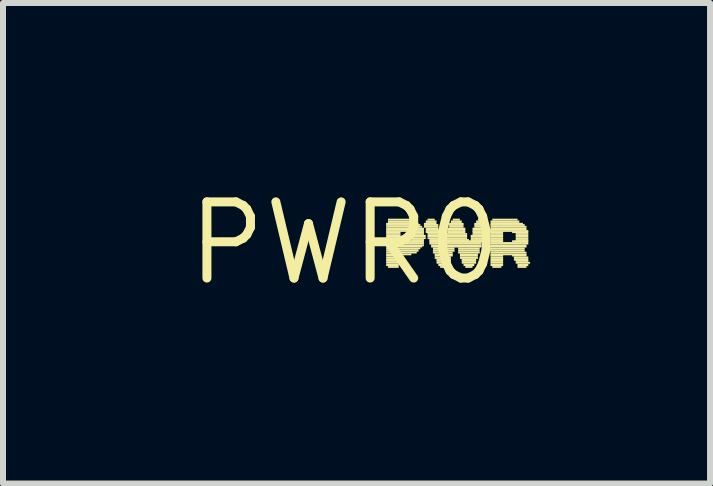
<source format=kicad_pcb>
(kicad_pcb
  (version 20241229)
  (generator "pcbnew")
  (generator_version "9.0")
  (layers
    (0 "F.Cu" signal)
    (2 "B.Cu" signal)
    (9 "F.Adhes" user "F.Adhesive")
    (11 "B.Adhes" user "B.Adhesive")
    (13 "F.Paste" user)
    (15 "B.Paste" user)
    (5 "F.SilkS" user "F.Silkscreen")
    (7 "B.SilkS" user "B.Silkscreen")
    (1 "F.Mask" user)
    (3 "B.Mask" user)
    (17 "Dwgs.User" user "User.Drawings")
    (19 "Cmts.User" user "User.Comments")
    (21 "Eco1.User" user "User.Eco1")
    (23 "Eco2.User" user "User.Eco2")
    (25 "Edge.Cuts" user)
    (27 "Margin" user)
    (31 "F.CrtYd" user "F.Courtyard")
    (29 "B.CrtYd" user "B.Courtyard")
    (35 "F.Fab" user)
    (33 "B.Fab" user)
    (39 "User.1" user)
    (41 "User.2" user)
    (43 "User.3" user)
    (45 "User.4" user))
  (footprint "PWR0"
    (layer "F.Cu")
    (at 2.698 1.006)
    (property "Reference" "PWR0" (at 0 0 0) (layer "F.SilkS") (effects (font (size 1.27 1.27) (thickness 0.15))))
    (attr through_hole)
    (fp_poly (pts (xy 0.69 -0.31) (xy 1.23 -0.31) (xy 1.23 -0.34) (xy 0.69 -0.34)) (stroke (width 0) (type solid)) (fill yes) (layer "F.SilkS"))
    (fp_poly (pts (xy 0.69 -0.29) (xy 1.26 -0.29) (xy 1.26 -0.32) (xy 0.69 -0.32)) (stroke (width 0) (type solid)) (fill yes) (layer "F.SilkS"))
    (fp_poly (pts (xy 0.69 -0.26) (xy 1.29 -0.26) (xy 1.29 -0.29) (xy 0.69 -0.29)) (stroke (width 0) (type solid)) (fill yes) (layer "F.SilkS"))
    (fp_poly (pts (xy 0.69 -0.22) (xy 1.32 -0.22) (xy 1.32 -0.26) (xy 0.69 -0.26)) (stroke (width 0) (type solid)) (fill yes) (layer "F.SilkS"))
    (fp_poly (pts (xy 0.69 -0.19) (xy 1.32 -0.19) (xy 1.32 -0.22) (xy 0.69 -0.22)) (stroke (width 0) (type solid)) (fill yes) (layer "F.SilkS"))
    (fp_poly (pts (xy 0.69 -0.17) (xy 0.93 -0.17) (xy 0.93 -0.2) (xy 0.69 -0.2)) (stroke (width 0) (type solid)) (fill yes) (layer "F.SilkS"))
    (fp_poly (pts (xy 0.69 -0.14) (xy 0.93 -0.14) (xy 0.93 -0.17) (xy 0.69 -0.17)) (stroke (width 0) (type solid)) (fill yes) (layer "F.SilkS"))
    (fp_poly (pts (xy 0.69 -0.1) (xy 0.93 -0.1) (xy 0.93 -0.14) (xy 0.69 -0.14)) (stroke (width 0) (type solid)) (fill yes) (layer "F.SilkS"))
    (fp_poly (pts (xy 0.69 -0.07) (xy 0.93 -0.07) (xy 0.93 -0.1) (xy 0.69 -0.1)) (stroke (width 0) (type solid)) (fill yes) (layer "F.SilkS"))
    (fp_poly (pts (xy 0.69 -0.04) (xy 0.93 -0.04) (xy 0.93 -0.07) (xy 0.69 -0.07)) (stroke (width 0) (type solid)) (fill yes) (layer "F.SilkS"))
    (fp_poly (pts (xy 0.69 -0.02) (xy 0.93 -0.02) (xy 0.93 -0.05) (xy 0.69 -0.05)) (stroke (width 0) (type solid)) (fill yes) (layer "F.SilkS"))
    (fp_poly (pts (xy 0.69 0.02) (xy 1.32 0.02) (xy 1.32 -0.02) (xy 0.69 -0.02)) (stroke (width 0) (type solid)) (fill yes) (layer "F.SilkS"))
    (fp_poly (pts (xy 0.69 0.05) (xy 1.32 0.05) (xy 1.32 0.02) (xy 0.69 0.02)) (stroke (width 0) (type solid)) (fill yes) (layer "F.SilkS"))
    (fp_poly (pts (xy 0.69 0.07) (xy 1.29 0.07) (xy 1.29 0.04) (xy 0.69 0.04)) (stroke (width 0) (type solid)) (fill yes) (layer "F.SilkS"))
    (fp_poly (pts (xy 0.69 0.1) (xy 1.26 0.1) (xy 1.26 0.07) (xy 0.69 0.07)) (stroke (width 0) (type solid)) (fill yes) (layer "F.SilkS"))
    (fp_poly (pts (xy 0.69 0.14) (xy 1.23 0.14) (xy 1.23 0.1) (xy 0.69 0.1)) (stroke (width 0) (type solid)) (fill yes) (layer "F.SilkS"))
    (fp_poly (pts (xy 0.69 0.17) (xy 1.2 0.17) (xy 1.2 0.14) (xy 0.69 0.14)) (stroke (width 0) (type solid)) (fill yes) (layer "F.SilkS"))
    (fp_poly (pts (xy 0.69 0.2) (xy 1.11 0.2) (xy 1.11 0.17) (xy 0.69 0.17)) (stroke (width 0) (type solid)) (fill yes) (layer "F.SilkS"))
    (fp_poly (pts (xy 0.69 0.22) (xy 0.93 0.22) (xy 0.93 0.19) (xy 0.69 0.19)) (stroke (width 0) (type solid)) (fill yes) (layer "F.SilkS"))
    (fp_poly (pts (xy 0.69 0.26) (xy 0.93 0.26) (xy 0.93 0.22) (xy 0.69 0.22)) (stroke (width 0) (type solid)) (fill yes) (layer "F.SilkS"))
    (fp_poly (pts (xy 0.69 0.29) (xy 0.93 0.29) (xy 0.93 0.26) (xy 0.69 0.26)) (stroke (width 0) (type solid)) (fill yes) (layer "F.SilkS"))
    (fp_poly (pts (xy 0.69 0.31) (xy 0.93 0.31) (xy 0.93 0.28) (xy 0.69 0.28)) (stroke (width 0) (type solid)) (fill yes) (layer "F.SilkS"))
    (fp_poly (pts (xy 0.69 0.34) (xy 0.9 0.34) (xy 0.9 0.31) (xy 0.69 0.31)) (stroke (width 0) (type solid)) (fill yes) (layer "F.SilkS"))
    (fp_poly (pts (xy 0.69 0.38) (xy 0.9 0.38) (xy 0.9 0.34) (xy 0.69 0.34)) (stroke (width 0) (type solid)) (fill yes) (layer "F.SilkS"))
    (fp_poly (pts (xy 0.72 -0.38) (xy 1.14 -0.38) (xy 1.14 -0.41) (xy 0.72 -0.41)) (stroke (width 0) (type solid)) (fill yes) (layer "F.SilkS"))
    (fp_poly (pts (xy 0.72 -0.34) (xy 1.2 -0.34) (xy 1.2 -0.38) (xy 0.72 -0.38)) (stroke (width 0) (type solid)) (fill yes) (layer "F.SilkS"))
    (fp_poly (pts (xy 0.72 0.41) (xy 0.9 0.41) (xy 0.9 0.38) (xy 0.72 0.38)) (stroke (width 0) (type solid)) (fill yes) (layer "F.SilkS"))
    (fp_poly (pts (xy 1.05 -0.17) (xy 1.32 -0.17) (xy 1.32 -0.2) (xy 1.05 -0.2)) (stroke (width 0) (type solid)) (fill yes) (layer "F.SilkS"))
    (fp_poly (pts (xy 1.05 -0.02) (xy 1.32 -0.02) (xy 1.32 -0.05) (xy 1.05 -0.05)) (stroke (width 0) (type solid)) (fill yes) (layer "F.SilkS"))
    (fp_poly (pts (xy 1.11 -0.14) (xy 1.32 -0.14) (xy 1.32 -0.17) (xy 1.11 -0.17)) (stroke (width 0) (type solid)) (fill yes) (layer "F.SilkS"))
    (fp_poly (pts (xy 1.11 -0.1) (xy 1.35 -0.1) (xy 1.35 -0.14) (xy 1.11 -0.14)) (stroke (width 0) (type solid)) (fill yes) (layer "F.SilkS"))
    (fp_poly (pts (xy 1.11 -0.07) (xy 1.35 -0.07) (xy 1.35 -0.1) (xy 1.11 -0.1)) (stroke (width 0) (type solid)) (fill yes) (layer "F.SilkS"))
    (fp_poly (pts (xy 1.11 -0.04) (xy 1.32 -0.04) (xy 1.32 -0.07) (xy 1.11 -0.07)) (stroke (width 0) (type solid)) (fill yes) (layer "F.SilkS"))
    (fp_poly (pts (xy 1.32 -0.31) (xy 1.53 -0.31) (xy 1.53 -0.34) (xy 1.32 -0.34)) (stroke (width 0) (type solid)) (fill yes) (layer "F.SilkS"))
    (fp_poly (pts (xy 1.32 -0.29) (xy 1.56 -0.29) (xy 1.56 -0.32) (xy 1.32 -0.32)) (stroke (width 0) (type solid)) (fill yes) (layer "F.SilkS"))
    (fp_poly (pts (xy 1.32 -0.26) (xy 1.56 -0.26) (xy 1.56 -0.29) (xy 1.32 -0.29)) (stroke (width 0) (type solid)) (fill yes) (layer "F.SilkS"))
    (fp_poly (pts (xy 1.35 -0.34) (xy 1.53 -0.34) (xy 1.53 -0.38) (xy 1.35 -0.38)) (stroke (width 0) (type solid)) (fill yes) (layer "F.SilkS"))
    (fp_poly (pts (xy 1.35 -0.22) (xy 1.56 -0.22) (xy 1.56 -0.26) (xy 1.35 -0.26)) (stroke (width 0) (type solid)) (fill yes) (layer "F.SilkS"))
    (fp_poly (pts (xy 1.35 -0.19) (xy 1.59 -0.19) (xy 1.59 -0.22) (xy 1.35 -0.22)) (stroke (width 0) (type solid)) (fill yes) (layer "F.SilkS"))
    (fp_poly (pts (xy 1.35 -0.17) (xy 1.59 -0.17) (xy 1.59 -0.2) (xy 1.35 -0.2)) (stroke (width 0) (type solid)) (fill yes) (layer "F.SilkS"))
    (fp_poly (pts (xy 1.38 -0.38) (xy 1.5 -0.38) (xy 1.5 -0.41) (xy 1.38 -0.41)) (stroke (width 0) (type solid)) (fill yes) (layer "F.SilkS"))
    (fp_poly (pts (xy 1.38 -0.14) (xy 1.59 -0.14) (xy 1.59 -0.17) (xy 1.38 -0.17)) (stroke (width 0) (type solid)) (fill yes) (layer "F.SilkS"))
    (fp_poly (pts (xy 1.38 -0.1) (xy 1.62 -0.1) (xy 1.62 -0.14) (xy 1.38 -0.14)) (stroke (width 0) (type solid)) (fill yes) (layer "F.SilkS"))
    (fp_poly (pts (xy 1.38 -0.07) (xy 1.62 -0.07) (xy 1.62 -0.1) (xy 1.38 -0.1)) (stroke (width 0) (type solid)) (fill yes) (layer "F.SilkS"))
    (fp_poly (pts (xy 1.41 -0.04) (xy 1.62 -0.04) (xy 1.62 -0.07) (xy 1.41 -0.07)) (stroke (width 0) (type solid)) (fill yes) (layer "F.SilkS"))
    (fp_poly (pts (xy 1.41 -0.02) (xy 2.31 -0.02) (xy 2.31 -0.05) (xy 1.41 -0.05)) (stroke (width 0) (type solid)) (fill yes) (layer "F.SilkS"))
    (fp_poly (pts (xy 1.41 0.02) (xy 2.28 0.02) (xy 2.28 -0.02) (xy 1.41 -0.02)) (stroke (width 0) (type solid)) (fill yes) (layer "F.SilkS"))
    (fp_poly (pts (xy 1.44 0.05) (xy 2.28 0.05) (xy 2.28 0.02) (xy 1.44 0.02)) (stroke (width 0) (type solid)) (fill yes) (layer "F.SilkS"))
    (fp_poly (pts (xy 1.44 0.07) (xy 2.28 0.07) (xy 2.28 0.04) (xy 1.44 0.04)) (stroke (width 0) (type solid)) (fill yes) (layer "F.SilkS"))
    (fp_poly (pts (xy 1.47 0.1) (xy 1.83 0.1) (xy 1.83 0.07) (xy 1.47 0.07)) (stroke (width 0) (type solid)) (fill yes) (layer "F.SilkS"))
    (fp_poly (pts (xy 1.47 0.14) (xy 1.83 0.14) (xy 1.83 0.1) (xy 1.47 0.1)) (stroke (width 0) (type solid)) (fill yes) (layer "F.SilkS"))
    (fp_poly (pts (xy 1.47 0.17) (xy 1.8 0.17) (xy 1.8 0.14) (xy 1.47 0.14)) (stroke (width 0) (type solid)) (fill yes) (layer "F.SilkS"))
    (fp_poly (pts (xy 1.5 0.2) (xy 1.8 0.2) (xy 1.8 0.17) (xy 1.5 0.17)) (stroke (width 0) (type solid)) (fill yes) (layer "F.SilkS"))
    (fp_poly (pts (xy 1.5 0.22) (xy 1.8 0.22) (xy 1.8 0.19) (xy 1.5 0.19)) (stroke (width 0) (type solid)) (fill yes) (layer "F.SilkS"))
    (fp_poly (pts (xy 1.5 0.26) (xy 1.77 0.26) (xy 1.77 0.22) (xy 1.5 0.22)) (stroke (width 0) (type solid)) (fill yes) (layer "F.SilkS"))
    (fp_poly (pts (xy 1.53 0.29) (xy 1.77 0.29) (xy 1.77 0.26) (xy 1.53 0.26)) (stroke (width 0) (type solid)) (fill yes) (layer "F.SilkS"))
    (fp_poly (pts (xy 1.53 0.31) (xy 1.77 0.31) (xy 1.77 0.28) (xy 1.53 0.28)) (stroke (width 0) (type solid)) (fill yes) (layer "F.SilkS"))
    (fp_poly (pts (xy 1.53 0.34) (xy 1.74 0.34) (xy 1.74 0.31) (xy 1.53 0.31)) (stroke (width 0) (type solid)) (fill yes) (layer "F.SilkS"))
    (fp_poly (pts (xy 1.56 0.38) (xy 1.74 0.38) (xy 1.74 0.34) (xy 1.56 0.34)) (stroke (width 0) (type solid)) (fill yes) (layer "F.SilkS"))
    (fp_poly (pts (xy 1.59 0.41) (xy 1.71 0.41) (xy 1.71 0.38) (xy 1.59 0.38)) (stroke (width 0) (type solid)) (fill yes) (layer "F.SilkS"))
    (fp_poly (pts (xy 1.65 -0.04) (xy 2.07 -0.04) (xy 2.07 -0.07) (xy 1.65 -0.07)) (stroke (width 0) (type solid)) (fill yes) (layer "F.SilkS"))
    (fp_poly (pts (xy 1.68 -0.14) (xy 2.04 -0.14) (xy 2.04 -0.17) (xy 1.68 -0.17)) (stroke (width 0) (type solid)) (fill yes) (layer "F.SilkS"))
    (fp_poly (pts (xy 1.68 -0.1) (xy 2.04 -0.1) (xy 2.04 -0.14) (xy 1.68 -0.14)) (stroke (width 0) (type solid)) (fill yes) (layer "F.SilkS"))
    (fp_poly (pts (xy 1.68 -0.07) (xy 2.04 -0.07) (xy 2.04 -0.1) (xy 1.68 -0.1)) (stroke (width 0) (type solid)) (fill yes) (layer "F.SilkS"))
    (fp_poly (pts (xy 1.71 -0.22) (xy 2.01 -0.22) (xy 2.01 -0.26) (xy 1.71 -0.26)) (stroke (width 0) (type solid)) (fill yes) (layer "F.SilkS"))
    (fp_poly (pts (xy 1.71 -0.19) (xy 2.01 -0.19) (xy 2.01 -0.22) (xy 1.71 -0.22)) (stroke (width 0) (type solid)) (fill yes) (layer "F.SilkS"))
    (fp_poly (pts (xy 1.71 -0.17) (xy 2.01 -0.17) (xy 2.01 -0.2) (xy 1.71 -0.2)) (stroke (width 0) (type solid)) (fill yes) (layer "F.SilkS"))
    (fp_poly (pts (xy 1.74 -0.31) (xy 1.98 -0.31) (xy 1.98 -0.34) (xy 1.74 -0.34)) (stroke (width 0) (type solid)) (fill yes) (layer "F.SilkS"))
    (fp_poly (pts (xy 1.74 -0.29) (xy 1.98 -0.29) (xy 1.98 -0.32) (xy 1.74 -0.32)) (stroke (width 0) (type solid)) (fill yes) (layer "F.SilkS"))
    (fp_poly (pts (xy 1.74 -0.26) (xy 1.98 -0.26) (xy 1.98 -0.29) (xy 1.74 -0.29)) (stroke (width 0) (type solid)) (fill yes) (layer "F.SilkS"))
    (fp_poly (pts (xy 1.77 -0.34) (xy 1.95 -0.34) (xy 1.95 -0.38) (xy 1.77 -0.38)) (stroke (width 0) (type solid)) (fill yes) (layer "F.SilkS"))
    (fp_poly (pts (xy 1.8 -0.38) (xy 1.92 -0.38) (xy 1.92 -0.41) (xy 1.8 -0.41)) (stroke (width 0) (type solid)) (fill yes) (layer "F.SilkS"))
    (fp_poly (pts (xy 1.89 0.1) (xy 2.25 0.1) (xy 2.25 0.07) (xy 1.89 0.07)) (stroke (width 0) (type solid)) (fill yes) (layer "F.SilkS"))
    (fp_poly (pts (xy 1.89 0.14) (xy 2.25 0.14) (xy 2.25 0.1) (xy 1.89 0.1)) (stroke (width 0) (type solid)) (fill yes) (layer "F.SilkS"))
    (fp_poly (pts (xy 1.89 0.17) (xy 2.25 0.17) (xy 2.25 0.14) (xy 1.89 0.14)) (stroke (width 0) (type solid)) (fill yes) (layer "F.SilkS"))
    (fp_poly (pts (xy 1.92 0.2) (xy 2.22 0.2) (xy 2.22 0.17) (xy 1.92 0.17)) (stroke (width 0) (type solid)) (fill yes) (layer "F.SilkS"))
    (fp_poly (pts (xy 1.92 0.22) (xy 2.22 0.22) (xy 2.22 0.19) (xy 1.92 0.19)) (stroke (width 0) (type solid)) (fill yes) (layer "F.SilkS"))
    (fp_poly (pts (xy 1.92 0.26) (xy 2.22 0.26) (xy 2.22 0.22) (xy 1.92 0.22)) (stroke (width 0) (type solid)) (fill yes) (layer "F.SilkS"))
    (fp_poly (pts (xy 1.95 0.29) (xy 2.19 0.29) (xy 2.19 0.26) (xy 1.95 0.26)) (stroke (width 0) (type solid)) (fill yes) (layer "F.SilkS"))
    (fp_poly (pts (xy 1.95 0.31) (xy 2.19 0.31) (xy 2.19 0.28) (xy 1.95 0.28)) (stroke (width 0) (type solid)) (fill yes) (layer "F.SilkS"))
    (fp_poly (pts (xy 1.95 0.34) (xy 2.19 0.34) (xy 2.19 0.31) (xy 1.95 0.31)) (stroke (width 0) (type solid)) (fill yes) (layer "F.SilkS"))
    (fp_poly (pts (xy 1.98 0.38) (xy 2.16 0.38) (xy 2.16 0.34) (xy 1.98 0.34)) (stroke (width 0) (type solid)) (fill yes) (layer "F.SilkS"))
    (fp_poly (pts (xy 2.01 0.41) (xy 2.13 0.41) (xy 2.13 0.38) (xy 2.01 0.38)) (stroke (width 0) (type solid)) (fill yes) (layer "F.SilkS"))
    (fp_poly (pts (xy 2.1 -0.1) (xy 2.34 -0.1) (xy 2.34 -0.14) (xy 2.1 -0.14)) (stroke (width 0) (type solid)) (fill yes) (layer "F.SilkS"))
    (fp_poly (pts (xy 2.1 -0.07) (xy 2.31 -0.07) (xy 2.31 -0.1) (xy 2.1 -0.1)) (stroke (width 0) (type solid)) (fill yes) (layer "F.SilkS"))
    (fp_poly (pts (xy 2.1 -0.04) (xy 2.31 -0.04) (xy 2.31 -0.07) (xy 2.1 -0.07)) (stroke (width 0) (type solid)) (fill yes) (layer "F.SilkS"))
    (fp_poly (pts (xy 2.13 -0.22) (xy 2.37 -0.22) (xy 2.37 -0.26) (xy 2.13 -0.26)) (stroke (width 0) (type solid)) (fill yes) (layer "F.SilkS"))
    (fp_poly (pts (xy 2.13 -0.19) (xy 2.37 -0.19) (xy 2.37 -0.22) (xy 2.13 -0.22)) (stroke (width 0) (type solid)) (fill yes) (layer "F.SilkS"))
    (fp_poly (pts (xy 2.13 -0.17) (xy 2.37 -0.17) (xy 2.37 -0.2) (xy 2.13 -0.2)) (stroke (width 0) (type solid)) (fill yes) (layer "F.SilkS"))
    (fp_poly (pts (xy 2.13 -0.14) (xy 2.34 -0.14) (xy 2.34 -0.17) (xy 2.13 -0.17)) (stroke (width 0) (type solid)) (fill yes) (layer "F.SilkS"))
    (fp_poly (pts (xy 2.16 -0.31) (xy 2.4 -0.31) (xy 2.4 -0.34) (xy 2.16 -0.34)) (stroke (width 0) (type solid)) (fill yes) (layer "F.SilkS"))
    (fp_poly (pts (xy 2.16 -0.29) (xy 2.4 -0.29) (xy 2.4 -0.32) (xy 2.16 -0.32)) (stroke (width 0) (type solid)) (fill yes) (layer "F.SilkS"))
    (fp_poly (pts (xy 2.16 -0.26) (xy 2.4 -0.26) (xy 2.4 -0.29) (xy 2.16 -0.29)) (stroke (width 0) (type solid)) (fill yes) (layer "F.SilkS"))
    (fp_poly (pts (xy 2.19 -0.34) (xy 2.37 -0.34) (xy 2.37 -0.38) (xy 2.19 -0.38)) (stroke (width 0) (type solid)) (fill yes) (layer "F.SilkS"))
    (fp_poly (pts (xy 2.22 -0.38) (xy 2.34 -0.38) (xy 2.34 -0.41) (xy 2.22 -0.41)) (stroke (width 0) (type solid)) (fill yes) (layer "F.SilkS"))
    (fp_poly (pts (xy 2.43 -0.34) (xy 2.91 -0.34) (xy 2.91 -0.38) (xy 2.43 -0.38)) (stroke (width 0) (type solid)) (fill yes) (layer "F.SilkS"))
    (fp_poly (pts (xy 2.43 -0.31) (xy 2.97 -0.31) (xy 2.97 -0.34) (xy 2.43 -0.34)) (stroke (width 0) (type solid)) (fill yes) (layer "F.SilkS"))
    (fp_poly (pts (xy 2.43 -0.29) (xy 3 -0.29) (xy 3 -0.32) (xy 2.43 -0.32)) (stroke (width 0) (type solid)) (fill yes) (layer "F.SilkS"))
    (fp_poly (pts (xy 2.43 -0.26) (xy 3.03 -0.26) (xy 3.03 -0.29) (xy 2.43 -0.29)) (stroke (width 0) (type solid)) (fill yes) (layer "F.SilkS"))
    (fp_poly (pts (xy 2.43 -0.22) (xy 3.03 -0.22) (xy 3.03 -0.26) (xy 2.43 -0.26)) (stroke (width 0) (type solid)) (fill yes) (layer "F.SilkS"))
    (fp_poly (pts (xy 2.43 -0.19) (xy 3.06 -0.19) (xy 3.06 -0.22) (xy 2.43 -0.22)) (stroke (width 0) (type solid)) (fill yes) (layer "F.SilkS"))
    (fp_poly (pts (xy 2.43 -0.17) (xy 2.64 -0.17) (xy 2.64 -0.2) (xy 2.43 -0.2)) (stroke (width 0) (type solid)) (fill yes) (layer "F.SilkS"))
    (fp_poly (pts (xy 2.43 -0.14) (xy 2.64 -0.14) (xy 2.64 -0.17) (xy 2.43 -0.17)) (stroke (width 0) (type solid)) (fill yes) (layer "F.SilkS"))
    (fp_poly (pts (xy 2.43 -0.1) (xy 2.64 -0.1) (xy 2.64 -0.14) (xy 2.43 -0.14)) (stroke (width 0) (type solid)) (fill yes) (layer "F.SilkS"))
    (fp_poly (pts (xy 2.43 -0.07) (xy 2.64 -0.07) (xy 2.64 -0.1) (xy 2.43 -0.1)) (stroke (width 0) (type solid)) (fill yes) (layer "F.SilkS"))
    (fp_poly (pts (xy 2.43 -0.04) (xy 2.64 -0.04) (xy 2.64 -0.07) (xy 2.43 -0.07)) (stroke (width 0) (type solid)) (fill yes) (layer "F.SilkS"))
    (fp_poly (pts (xy 2.43 -0.02) (xy 2.64 -0.02) (xy 2.64 -0.05) (xy 2.43 -0.05)) (stroke (width 0) (type solid)) (fill yes) (layer "F.SilkS"))
    (fp_poly (pts (xy 2.43 0.02) (xy 3.06 0.02) (xy 3.06 -0.02) (xy 2.43 -0.02)) (stroke (width 0) (type solid)) (fill yes) (layer "F.SilkS"))
    (fp_poly (pts (xy 2.43 0.05) (xy 3.03 0.05) (xy 3.03 0.02) (xy 2.43 0.02)) (stroke (width 0) (type solid)) (fill yes) (layer "F.SilkS"))
    (fp_poly (pts (xy 2.43 0.07) (xy 3.03 0.07) (xy 3.03 0.04) (xy 2.43 0.04)) (stroke (width 0) (type solid)) (fill yes) (layer "F.SilkS"))
    (fp_poly (pts (xy 2.43 0.1) (xy 3 0.1) (xy 3 0.07) (xy 2.43 0.07)) (stroke (width 0) (type solid)) (fill yes) (layer "F.SilkS"))
    (fp_poly (pts (xy 2.43 0.14) (xy 3 0.14) (xy 3 0.1) (xy 2.43 0.1)) (stroke (width 0) (type solid)) (fill yes) (layer "F.SilkS"))
    (fp_poly (pts (xy 2.43 0.17) (xy 3.03 0.17) (xy 3.03 0.14) (xy 2.43 0.14)) (stroke (width 0) (type solid)) (fill yes) (layer "F.SilkS"))
    (fp_poly (pts (xy 2.43 0.2) (xy 3.03 0.2) (xy 3.03 0.17) (xy 2.43 0.17)) (stroke (width 0) (type solid)) (fill yes) (layer "F.SilkS"))
    (fp_poly (pts (xy 2.43 0.22) (xy 2.64 0.22) (xy 2.64 0.19) (xy 2.43 0.19)) (stroke (width 0) (type solid)) (fill yes) (layer "F.SilkS"))
    (fp_poly (pts (xy 2.43 0.26) (xy 2.64 0.26) (xy 2.64 0.22) (xy 2.43 0.22)) (stroke (width 0) (type solid)) (fill yes) (layer "F.SilkS"))
    (fp_poly (pts (xy 2.43 0.29) (xy 2.64 0.29) (xy 2.64 0.26) (xy 2.43 0.26)) (stroke (width 0) (type solid)) (fill yes) (layer "F.SilkS"))
    (fp_poly (pts (xy 2.43 0.31) (xy 2.64 0.31) (xy 2.64 0.28) (xy 2.43 0.28)) (stroke (width 0) (type solid)) (fill yes) (layer "F.SilkS"))
    (fp_poly (pts (xy 2.43 0.34) (xy 2.64 0.34) (xy 2.64 0.31) (xy 2.43 0.31)) (stroke (width 0) (type solid)) (fill yes) (layer "F.SilkS"))
    (fp_poly (pts (xy 2.43 0.38) (xy 2.64 0.38) (xy 2.64 0.34) (xy 2.43 0.34)) (stroke (width 0) (type solid)) (fill yes) (layer "F.SilkS"))
    (fp_poly (pts (xy 2.46 -0.38) (xy 2.88 -0.38) (xy 2.88 -0.41) (xy 2.46 -0.41)) (stroke (width 0) (type solid)) (fill yes) (layer "F.SilkS"))
    (fp_poly (pts (xy 2.46 0.41) (xy 2.61 0.41) (xy 2.61 0.38) (xy 2.46 0.38)) (stroke (width 0) (type solid)) (fill yes) (layer "F.SilkS"))
    (fp_poly (pts (xy 2.79 -0.17) (xy 3.06 -0.17) (xy 3.06 -0.2) (xy 2.79 -0.2)) (stroke (width 0) (type solid)) (fill yes) (layer "F.SilkS"))
    (fp_poly (pts (xy 2.79 -0.02) (xy 3.06 -0.02) (xy 3.06 -0.05) (xy 2.79 -0.05)) (stroke (width 0) (type solid)) (fill yes) (layer "F.SilkS"))
    (fp_poly (pts (xy 2.79 0.22) (xy 3.03 0.22) (xy 3.03 0.19) (xy 2.79 0.19)) (stroke (width 0) (type solid)) (fill yes) (layer "F.SilkS"))
    (fp_poly (pts (xy 2.82 0.26) (xy 3.06 0.26) (xy 3.06 0.22) (xy 2.82 0.22)) (stroke (width 0) (type solid)) (fill yes) (layer "F.SilkS"))
    (fp_poly (pts (xy 2.82 0.29) (xy 3.06 0.29) (xy 3.06 0.26) (xy 2.82 0.26)) (stroke (width 0) (type solid)) (fill yes) (layer "F.SilkS"))
    (fp_poly (pts (xy 2.85 -0.14) (xy 3.06 -0.14) (xy 3.06 -0.17) (xy 2.85 -0.17)) (stroke (width 0) (type solid)) (fill yes) (layer "F.SilkS"))
    (fp_poly (pts (xy 2.85 -0.1) (xy 3.06 -0.1) (xy 3.06 -0.14) (xy 2.85 -0.14)) (stroke (width 0) (type solid)) (fill yes) (layer "F.SilkS"))
    (fp_poly (pts (xy 2.85 -0.07) (xy 3.06 -0.07) (xy 3.06 -0.1) (xy 2.85 -0.1)) (stroke (width 0) (type solid)) (fill yes) (layer "F.SilkS"))
    (fp_poly (pts (xy 2.85 -0.04) (xy 3.06 -0.04) (xy 3.06 -0.07) (xy 2.85 -0.07)) (stroke (width 0) (type solid)) (fill yes) (layer "F.SilkS"))
    (fp_poly (pts (xy 2.85 0.31) (xy 3.06 0.31) (xy 3.06 0.28) (xy 2.85 0.28)) (stroke (width 0) (type solid)) (fill yes) (layer "F.SilkS"))
    (fp_poly (pts (xy 2.85 0.34) (xy 3.09 0.34) (xy 3.09 0.31) (xy 2.85 0.31)) (stroke (width 0) (type solid)) (fill yes) (layer "F.SilkS"))
    (fp_poly (pts (xy 2.88 0.38) (xy 3.06 0.38) (xy 3.06 0.34) (xy 2.88 0.34)) (stroke (width 0) (type solid)) (fill yes) (layer "F.SilkS"))
    (fp_poly (pts (xy 2.88 0.41) (xy 3.03 0.41) (xy 3.03 0.38) (xy 2.88 0.38)) (stroke (width 0) (type solid)) (fill yes) (layer "F.SilkS")))
  (gr_rect
    (start -3 -3)
    (end 8.788 5.012)
    (stroke (width 0.1) (type default))
    (fill no)
    (layer "Edge.Cuts")))
</source>
